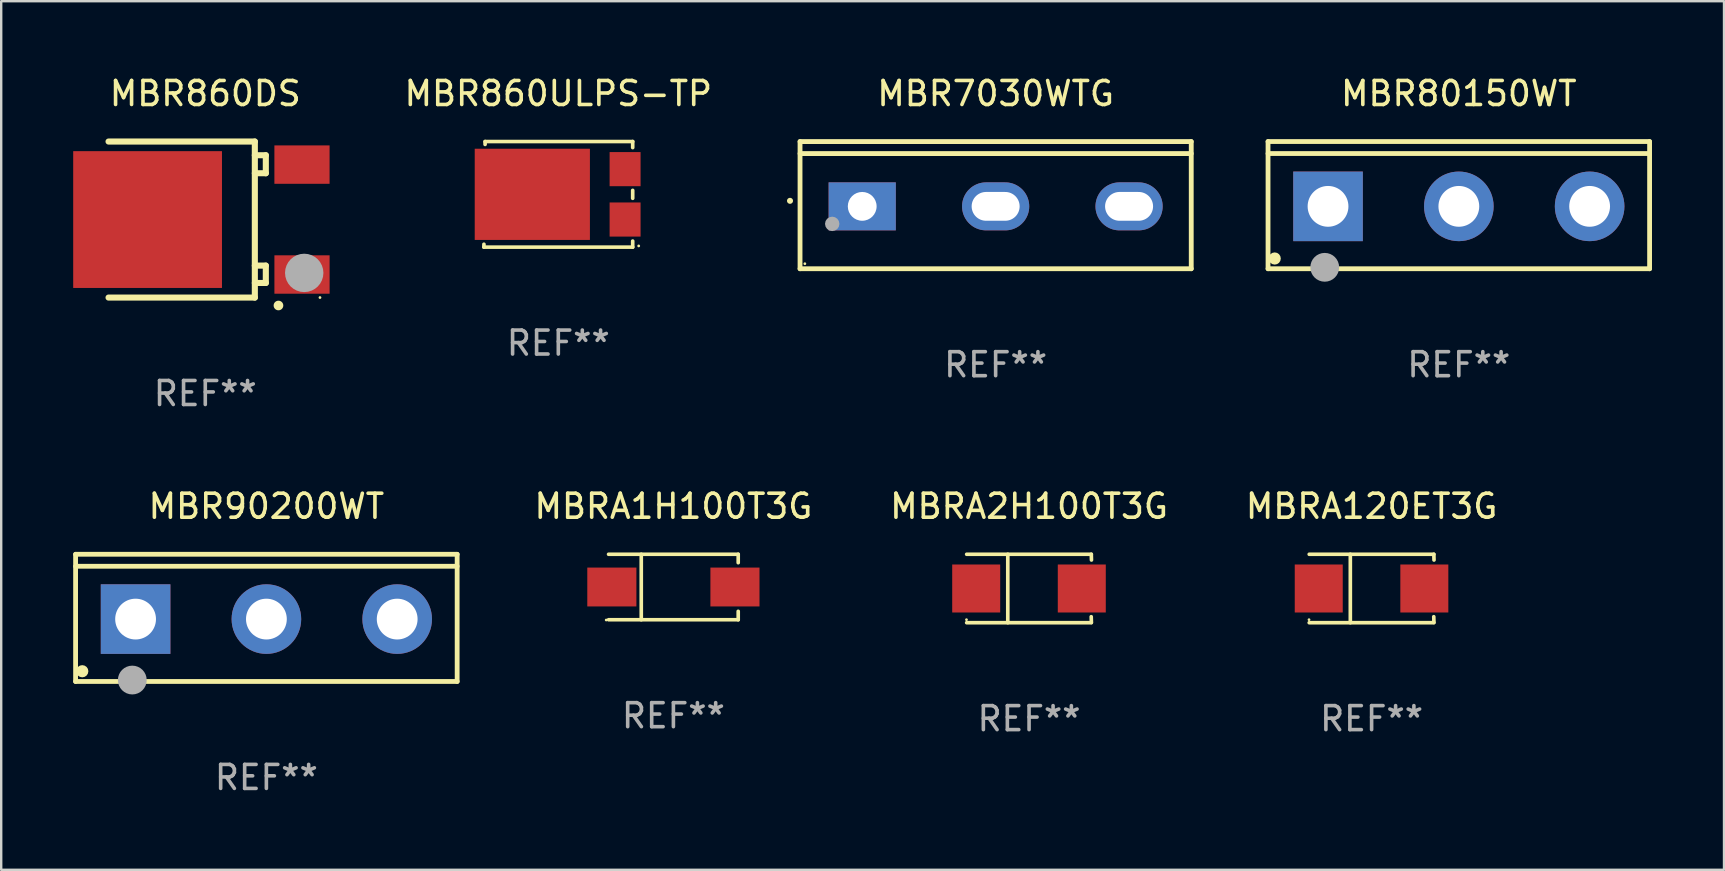
<source format=kicad_pcb>
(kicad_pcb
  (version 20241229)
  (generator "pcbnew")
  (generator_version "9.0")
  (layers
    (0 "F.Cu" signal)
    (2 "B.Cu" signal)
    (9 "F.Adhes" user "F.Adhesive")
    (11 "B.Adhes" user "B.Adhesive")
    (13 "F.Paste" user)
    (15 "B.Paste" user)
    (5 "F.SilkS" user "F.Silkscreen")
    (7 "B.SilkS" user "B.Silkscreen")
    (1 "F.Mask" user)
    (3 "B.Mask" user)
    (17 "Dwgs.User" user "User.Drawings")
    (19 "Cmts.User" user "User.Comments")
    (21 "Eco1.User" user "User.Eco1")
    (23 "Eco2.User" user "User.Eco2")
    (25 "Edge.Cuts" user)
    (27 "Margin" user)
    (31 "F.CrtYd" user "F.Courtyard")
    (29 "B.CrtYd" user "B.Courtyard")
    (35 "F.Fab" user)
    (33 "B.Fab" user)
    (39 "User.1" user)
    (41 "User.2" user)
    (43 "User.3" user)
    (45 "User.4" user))
  (footprint "MBRA2H100T3G"
    (layer "F.Cu")
    (at 39.832 21.473)
    (property "Reference" "MBRA2H100T3G" (at 0 -3.426 0) (layer "F.SilkS") (effects (font (size 1 1) (thickness 0.15))))
    (attr through_hole)
    (fp_line (start -2.6 -1.426) (end 2.593 -1.426) (stroke (width 0.152) (type solid)) (layer "F.SilkS"))
    (fp_line (start -2.6 1.426) (end 2.593 1.426) (stroke (width 0.152) (type solid)) (layer "F.SilkS"))
    (fp_line (start -0.887 -1.426) (end -0.887 1.426) (stroke (width 0.152) (type solid)) (layer "F.SilkS"))
    (fp_line (start 2.59 1.176) (end 2.597 1.415) (stroke (width 0.152) (type solid)) (layer "F.SilkS"))
    (fp_line (start 2.593 -1.426) (end 2.6 -1.187) (stroke (width 0.152) (type solid)) (layer "F.SilkS"))
    (fp_circle (center -2.608 1.3) (end -2.578 1.3) (stroke (width 0.06) (type solid)) (fill no) (layer "F.SilkS"))
    (fp_text user "REF**" (at 0 5.426 0) (layer "F.Fab") (effects (font (size 1 1) (thickness 0.15))))
    (pad "1" smd rect (at -2.203 0 180) (size 2 2) (layers "F.Cu" "F.Mask" "F.Paste"))
    (pad "2" smd rect (at 2.197 0 180) (size 2 2) (layers "F.Cu" "F.Mask" "F.Paste")))
  (footprint "MBR860DS"
    (layer "F.Cu")
    (at 5.504 6.099)
    (property "Reference" "MBR860DS" (at 0 -5.251 0) (layer "F.SilkS") (effects (font (size 1 1) (thickness 0.15))))
    (attr through_hole)
    (fp_line (start -4.031 3.251) (end 2.065 3.251) (stroke (width 0.254) (type solid)) (layer "F.SilkS"))
    (fp_line (start 2.065 -3.251) (end -4.031 -3.251) (stroke (width 0.254) (type solid)) (layer "F.SilkS"))
    (fp_line (start 2.065 -2.68) (end 2.523 -2.68) (stroke (width 0.254) (type solid)) (layer "F.SilkS"))
    (fp_line (start 2.065 1.919) (end 2.523 1.919) (stroke (width 0.254) (type solid)) (layer "F.SilkS"))
    (fp_line (start 2.065 3.251) (end 2.065 -3.251) (stroke (width 0.254) (type solid)) (layer "F.SilkS"))
    (fp_line (start 2.523 -2.68) (end 2.523 -1.93) (stroke (width 0.254) (type solid)) (layer "F.SilkS"))
    (fp_line (start 2.523 -1.93) (end 2.065 -1.93) (stroke (width 0.254) (type solid)) (layer "F.SilkS"))
    (fp_line (start 2.523 1.919) (end 2.523 2.642) (stroke (width 0.254) (type solid)) (layer "F.SilkS"))
    (fp_line (start 2.523 2.642) (end 2.065 2.642) (stroke (width 0.254) (type solid)) (layer "F.SilkS"))
    (fp_arc (start 3.048298 3.581407) (mid 3.049568 3.581403) (end 3.050838 3.581407) (stroke (width 0.4) (type solid)) (layer "F.SilkS"))
    (fp_circle (center 4.78 3.25) (end 4.81 3.25) (stroke (width 0.06) (type solid)) (fill no) (layer "F.SilkS"))
    (fp_circle (center 4.123 2.223) (end 4.523 2.223) (stroke (width 0.8) (type solid)) (fill no) (layer "F.Fab"))
    (fp_text user "REF**" (at 0 7.251 0) (layer "F.Fab") (effects (font (size 1 1) (thickness 0.15))))
    (pad "1" smd rect (at 4.031 2.29) (size 2.3 1.6) (layers "F.Cu" "F.Mask" "F.Paste"))
    (pad "2" smd rect (at -2.404 0) (size 6.2 5.7) (layers "F.Cu" "F.Mask" "F.Paste"))
    (pad "3" smd rect (at 4.03 -2.29) (size 2.3 1.6) (layers "F.Cu" "F.Mask" "F.Paste")))
  (footprint "MBR90200WT"
    (layer "F.Cu")
    (at 8.05 22.698)
    (property "Reference" "MBR90200WT" (at 0 -4.65 0) (layer "F.SilkS") (effects (font (size 1 1) (thickness 0.15))))
    (attr through_hole)
    (fp_line (start -7.95 -2.65) (end -7.95 2.65) (stroke (width 0.2) (type solid)) (layer "F.SilkS"))
    (fp_line (start -7.95 -2.15) (end 7.95 -2.15) (stroke (width 0.2) (type solid)) (layer "F.SilkS"))
    (fp_line (start -7.95 2.65) (end 7.95 2.65) (stroke (width 0.2) (type solid)) (layer "F.SilkS"))
    (fp_line (start 7.95 -2.65) (end -7.95 -2.65) (stroke (width 0.2) (type solid)) (layer "F.SilkS"))
    (fp_line (start 7.95 2.65) (end 7.95 -2.65) (stroke (width 0.2) (type solid)) (layer "F.SilkS"))
    (fp_circle (center -7.672 2.223) (end -7.545 2.223) (stroke (width 0.254) (type solid)) (fill no) (layer "F.SilkS"))
    (fp_circle (center -5.587 2.59) (end -5.287 2.59) (stroke (width 0.6) (type solid)) (fill no) (layer "F.Fab"))
    (fp_text user "REF**" (at 0 6.65 0) (layer "F.Fab") (effects (font (size 1 1) (thickness 0.15))))
    (pad "1" thru_hole rect (at -5.45 0.05) (size 2.9 2.9) (drill 1.7) (layers "*.Cu" "*.Mask"))
    (pad "2" thru_hole circle (at 0.001 0.05) (size 2.9 2.9) (drill 1.7) (layers "*.Cu" "*.Mask"))
    (pad "3" thru_hole circle (at 5.451 0.05) (size 2.9 2.9) (drill 1.7) (layers "*.Cu" "*.Mask")))
  (footprint "MBRA120ET3G"
    (layer "F.Cu")
    (at 54.106 21.473)
    (property "Reference" "MBRA120ET3G" (at 0 -3.426 0) (layer "F.SilkS") (effects (font (size 1 1) (thickness 0.15))))
    (attr through_hole)
    (fp_line (start -2.6 -1.426) (end 2.593 -1.426) (stroke (width 0.152) (type solid)) (layer "F.SilkS"))
    (fp_line (start -2.6 1.426) (end 2.593 1.426) (stroke (width 0.152) (type solid)) (layer "F.SilkS"))
    (fp_line (start -0.887 -1.426) (end -0.887 1.426) (stroke (width 0.152) (type solid)) (layer "F.SilkS"))
    (fp_line (start 2.59 1.176) (end 2.597 1.415) (stroke (width 0.152) (type solid)) (layer "F.SilkS"))
    (fp_line (start 2.593 -1.426) (end 2.6 -1.187) (stroke (width 0.152) (type solid)) (layer "F.SilkS"))
    (fp_circle (center -2.608 1.3) (end -2.578 1.3) (stroke (width 0.06) (type solid)) (fill no) (layer "F.SilkS"))
    (fp_text user "REF**" (at 0 5.426 0) (layer "F.Fab") (effects (font (size 1 1) (thickness 0.15))))
    (pad "1" smd rect (at -2.203 0 180) (size 2 2) (layers "F.Cu" "F.Mask" "F.Paste"))
    (pad "2" smd rect (at 2.197 0 180) (size 2 2) (layers "F.Cu" "F.Mask" "F.Paste")))
  (footprint "MBR7030WTG"
    (layer "F.Cu")
    (at 38.439 5.499)
    (property "Reference" "MBR7030WTG" (at 0 -4.65 0) (layer "F.SilkS") (effects (font (size 1 1) (thickness 0.15))))
    (attr through_hole)
    (fp_line (start -8.151 -2.65) (end -8.151 2.65) (stroke (width 0.201) (type solid)) (layer "F.SilkS"))
    (fp_line (start 8.151 -2.65) (end -8.151 -2.65) (stroke (width 0.201) (type solid)) (layer "F.SilkS"))
    (fp_line (start 8.151 -2.15) (end -8.151 -2.15) (stroke (width 0.201) (type solid)) (layer "F.SilkS"))
    (fp_line (start 8.151 2.65) (end -8.151 2.65) (stroke (width 0.201) (type solid)) (layer "F.SilkS"))
    (fp_line (start 8.151 2.65) (end 8.151 -2.65) (stroke (width 0.201) (type solid)) (layer "F.SilkS"))
    (fp_arc (start -8.570003 -0.18048) (mid -8.568733 -0.180486) (end -8.567463 -0.18048) (stroke (width 0.24892) (type solid)) (layer "F.SilkS"))
    (fp_circle (center -7.95 2.44) (end -7.92 2.44) (stroke (width 0.06) (type solid)) (fill no) (layer "F.SilkS"))
    (fp_circle (center -6.81 0.78) (end -6.66 0.78) (stroke (width 0.3) (type solid)) (fill no) (layer "F.Fab"))
    (fp_text user "REF**" (at 0 6.65 0) (layer "F.Fab") (effects (font (size 1 1) (thickness 0.15))))
    (pad "1" thru_hole rect (at -5.56 0.05 90) (size 2 2.8) (drill 1.2) (layers "*.Cu" "*.Mask"))
    (pad "2" thru_hole oval (at 0 0.05 90) (size 2 2.8) (drill oval 1.2 2) (layers "*.Cu" "*.Mask"))
    (pad "3" thru_hole oval (at 5.56 0.05 90) (size 2 2.8) (drill oval 1.2 2) (layers "*.Cu" "*.Mask")))
  (footprint "MBRA1H100T3G"
    (layer "F.Cu")
    (at 25.011 21.411)
    (property "Reference" "MBRA1H100T3G" (at 0 -3.364 0) (layer "F.SilkS") (effects (font (size 1 1) (thickness 0.15))))
    (attr through_hole)
    (fp_line (start -2.701 -1.364) (end 2.701 -1.364) (stroke (width 0.152) (type solid)) (layer "F.SilkS"))
    (fp_line (start -2.701 1.364) (end 2.701 1.364) (stroke (width 0.152) (type solid)) (layer "F.SilkS"))
    (fp_line (start -1.339 -1.364) (end -1.339 1.364) (stroke (width 0.152) (type solid)) (layer "F.SilkS"))
    (fp_line (start 2.701 -1.364) (end 2.701 -1.013) (stroke (width 0.152) (type solid)) (layer "F.SilkS"))
    (fp_line (start 2.701 1.364) (end 2.701 1.013) (stroke (width 0.152) (type solid)) (layer "F.SilkS"))
    (fp_circle (center -2.8 1.375) (end -2.77 1.375) (stroke (width 0.06) (type solid)) (fill no) (layer "F.SilkS"))
    (fp_text user "REF**" (at 0 5.364 0) (layer "F.Fab") (effects (font (size 1 1) (thickness 0.15))))
    (pad "1" smd rect (at -2.565 -0.000025) (size 2.046 1.62) (layers "F.Cu" "F.Mask" "F.Paste"))
    (pad "2" smd rect (at 2.565 -0.000025) (size 2.046 1.62) (layers "F.Cu" "F.Mask" "F.Paste")))
  (footprint "MBR860ULPS-TP"
    (layer "F.Cu")
    (at 20.215 5.048)
    (property "Reference" "MBR860ULPS-TP" (at 0 -4.2 0) (layer "F.SilkS") (effects (font (size 1 1) (thickness 0.15))))
    (attr through_hole)
    (fp_line (start -3.1 2.2) (end -3.099 2.08) (stroke (width 0.152) (type solid)) (layer "F.SilkS"))
    (fp_line (start -3.051 -2.08) (end -3.05 -2.2) (stroke (width 0.152) (type solid)) (layer "F.SilkS"))
    (fp_line (start -3.05 -2.2) (end 3.1 -2.2) (stroke (width 0.152) (type solid)) (layer "F.SilkS"))
    (fp_line (start 3.1 -2.2) (end 3.1 -1.948) (stroke (width 0.152) (type solid)) (layer "F.SilkS"))
    (fp_line (start 3.1 -0.165) (end 3.1 0.165) (stroke (width 0.152) (type solid)) (layer "F.SilkS"))
    (fp_line (start 3.1 1.948) (end 3.1 2.2) (stroke (width 0.152) (type solid)) (layer "F.SilkS"))
    (fp_line (start 3.1 2.2) (end -3.1 2.2) (stroke (width 0.152) (type solid)) (layer "F.SilkS"))
    (fp_circle (center 3.35 2.15) (end 3.38 2.15) (stroke (width 0.06) (type solid)) (fill no) (layer "F.SilkS"))
    (fp_text user "REF**" (at 0 6.2 0) (layer "F.Fab") (effects (font (size 1 1) (thickness 0.15))))
    (pad "1" smd rect (at 2.783 1.05) (size 1.29 1.422) (layers "F.Cu" "F.Mask" "F.Paste"))
    (pad "2" smd rect (at 2.783 -1.05) (size 1.29 1.422) (layers "F.Cu" "F.Mask" "F.Paste"))
    (pad "3" smd rect (at -1.083 0 90) (size 3.8 4.8) (layers "F.Cu" "F.Mask" "F.Paste")))
  (footprint "MBR80150WT"
    (layer "F.Cu")
    (at 57.74 5.499)
    (property "Reference" "MBR80150WT" (at 0 -4.65 0) (layer "F.SilkS") (effects (font (size 1 1) (thickness 0.15))))
    (attr through_hole)
    (fp_line (start -7.95 -2.65) (end -7.95 2.65) (stroke (width 0.2) (type solid)) (layer "F.SilkS"))
    (fp_line (start -7.95 -2.15) (end 7.95 -2.15) (stroke (width 0.2) (type solid)) (layer "F.SilkS"))
    (fp_line (start -7.95 2.65) (end 7.95 2.65) (stroke (width 0.2) (type solid)) (layer "F.SilkS"))
    (fp_line (start 7.95 -2.65) (end -7.95 -2.65) (stroke (width 0.2) (type solid)) (layer "F.SilkS"))
    (fp_line (start 7.95 2.65) (end 7.95 -2.65) (stroke (width 0.2) (type solid)) (layer "F.SilkS"))
    (fp_circle (center -7.672 2.223) (end -7.545 2.223) (stroke (width 0.254) (type solid)) (fill no) (layer "F.SilkS"))
    (fp_circle (center -5.587 2.59) (end -5.287 2.59) (stroke (width 0.6) (type solid)) (fill no) (layer "F.Fab"))
    (fp_text user "REF**" (at 0 6.65 0) (layer "F.Fab") (effects (font (size 1 1) (thickness 0.15))))
    (pad "1" thru_hole rect (at -5.45 0.05) (size 2.9 2.9) (drill 1.7) (layers "*.Cu" "*.Mask"))
    (pad "2" thru_hole circle (at 0.001 0.05) (size 2.9 2.9) (drill 1.7) (layers "*.Cu" "*.Mask"))
    (pad "3" thru_hole circle (at 5.451 0.05) (size 2.9 2.9) (drill 1.7) (layers "*.Cu" "*.Mask")))
  (gr_rect
    (start -3 -3)
    (end 68.791 33.196)
    (stroke (width 0.1) (type default))
    (fill no)
    (layer "Edge.Cuts")))
</source>
